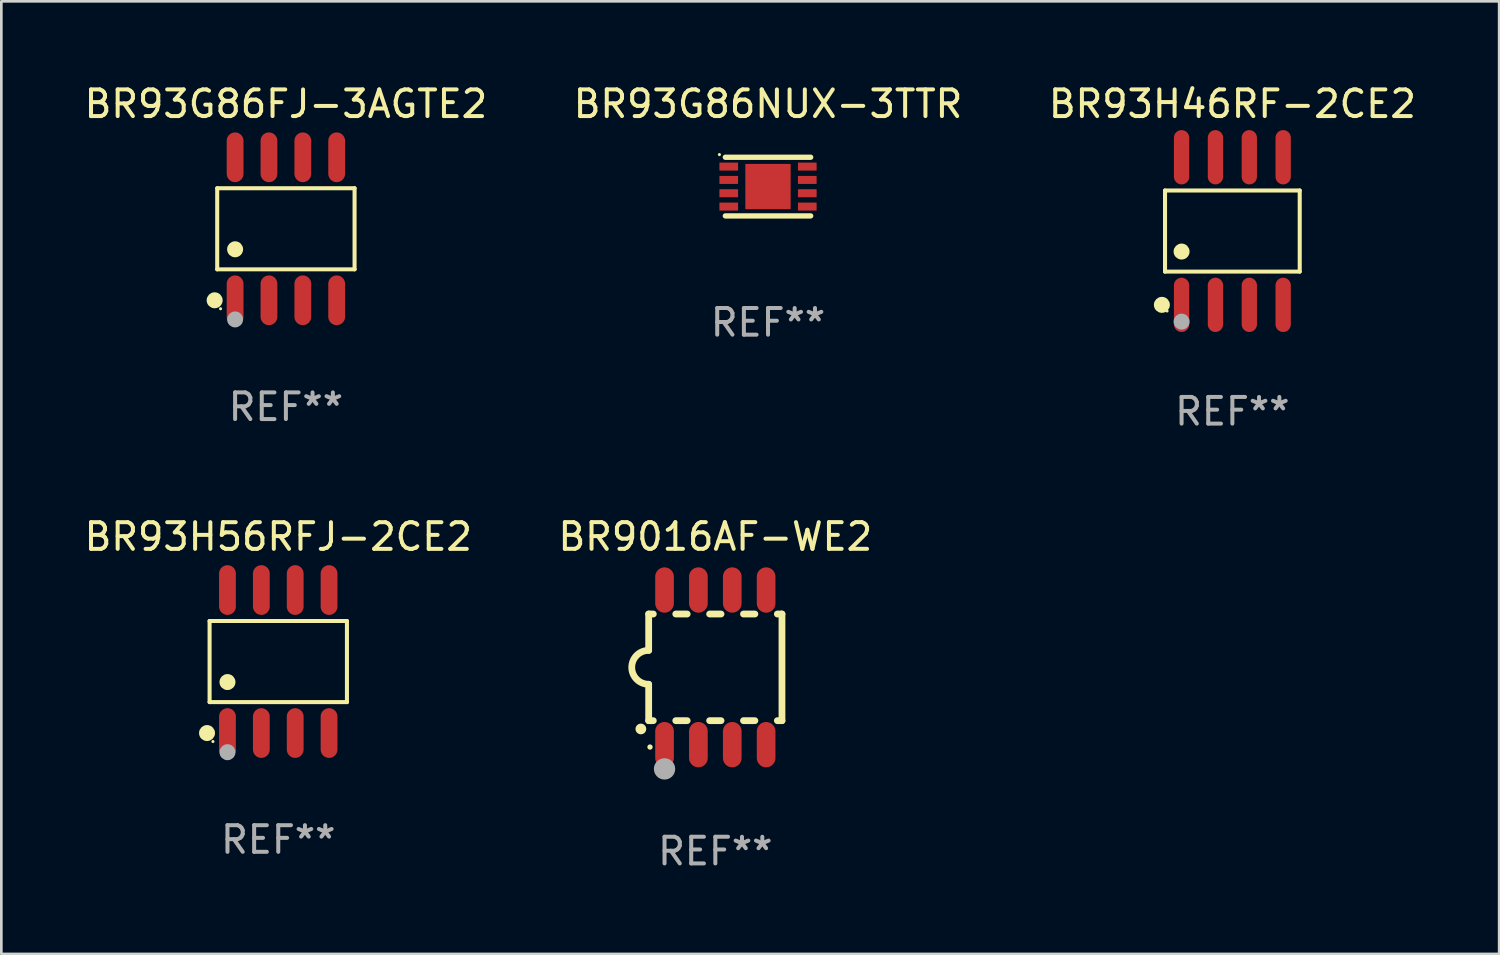
<source format=kicad_pcb>
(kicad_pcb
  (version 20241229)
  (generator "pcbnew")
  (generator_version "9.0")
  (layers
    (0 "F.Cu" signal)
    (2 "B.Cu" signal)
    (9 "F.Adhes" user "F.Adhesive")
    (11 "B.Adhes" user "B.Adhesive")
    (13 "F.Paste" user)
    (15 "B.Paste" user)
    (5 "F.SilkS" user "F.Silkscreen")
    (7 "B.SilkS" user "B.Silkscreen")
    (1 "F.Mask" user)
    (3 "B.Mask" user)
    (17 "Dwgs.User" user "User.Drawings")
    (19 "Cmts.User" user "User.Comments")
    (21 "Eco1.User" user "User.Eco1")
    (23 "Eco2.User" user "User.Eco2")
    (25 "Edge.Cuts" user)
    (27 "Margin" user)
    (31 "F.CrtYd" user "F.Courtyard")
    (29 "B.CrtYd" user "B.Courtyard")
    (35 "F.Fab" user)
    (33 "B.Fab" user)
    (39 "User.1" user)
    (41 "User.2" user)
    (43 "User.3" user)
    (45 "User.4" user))
  (footprint "BR9016AF-WE2"
    (layer "F.Cu")
    (at 23.78 21.98)
    (property "Reference" "BR9016AF-WE2" (at 0 -4.9 0) (layer "F.SilkS") (effects (font (size 1 1) (thickness 0.15))))
    (attr through_hole)
    (fp_line (start -2.5 -2) (end -2.5 -0.635) (stroke (width 0.254) (type solid)) (layer "F.SilkS"))
    (fp_line (start -2.5 -2) (end -2.326 -2) (stroke (width 0.254) (type solid)) (layer "F.SilkS"))
    (fp_line (start -2.5 2) (end -2.5 0.635) (stroke (width 0.254) (type solid)) (layer "F.SilkS"))
    (fp_line (start -2.5 2) (end -2.326 2) (stroke (width 0.254) (type solid)) (layer "F.SilkS"))
    (fp_line (start -1.484 -2) (end -1.056 -2) (stroke (width 0.254) (type solid)) (layer "F.SilkS"))
    (fp_line (start -1.484 2) (end -1.056 2) (stroke (width 0.254) (type solid)) (layer "F.SilkS"))
    (fp_line (start -0.214 -2) (end 0.214 -2) (stroke (width 0.254) (type solid)) (layer "F.SilkS"))
    (fp_line (start -0.214 2) (end 0.214 2) (stroke (width 0.254) (type solid)) (layer "F.SilkS"))
    (fp_line (start 1.056 -2) (end 1.484 -2) (stroke (width 0.254) (type solid)) (layer "F.SilkS"))
    (fp_line (start 1.056 2) (end 1.484 2) (stroke (width 0.254) (type solid)) (layer "F.SilkS"))
    (fp_line (start 2.326 -2) (end 2.5 -2) (stroke (width 0.254) (type solid)) (layer "F.SilkS"))
    (fp_line (start 2.326 2) (end 2.5 2) (stroke (width 0.254) (type solid)) (layer "F.SilkS"))
    (fp_line (start 2.5 -2) (end 2.5 2) (stroke (width 0.254) (type solid)) (layer "F.SilkS"))
    (fp_arc (start -2.794006 2.311405) (mid -2.792736 2.311401) (end -2.791466 2.311405) (stroke (width 0.4) (type solid)) (layer "F.SilkS"))
    (fp_arc (start -2.5 0.635001) (mid -3.134366 -0.000318) (end -2.499365 -0.635001) (stroke (width 0.254001) (type solid)) (layer "F.SilkS"))
    (fp_circle (center -2.45 2.99) (end -2.4 2.99) (stroke (width 0.1) (type solid)) (fill no) (layer "F.SilkS"))
    (fp_circle (center -1.905 3.81) (end -1.705 3.81) (stroke (width 0.4) (type solid)) (fill no) (layer "F.Fab"))
    (fp_text user "REF**" (at 0 6.9 0) (layer "F.Fab") (effects (font (size 1 1) (thickness 0.15))))
    (pad "1" smd oval (at -1.905 2.9 180) (size 0.7 1.7) (layers "F.Cu" "F.Mask" "F.Paste"))
    (pad "2" smd oval (at -0.635 2.9 180) (size 0.7 1.7) (layers "F.Cu" "F.Mask" "F.Paste"))
    (pad "3" smd oval (at 0.635 2.9 180) (size 0.7 1.7) (layers "F.Cu" "F.Mask" "F.Paste"))
    (pad "4" smd oval (at 1.905 2.9 180) (size 0.7 1.7) (layers "F.Cu" "F.Mask" "F.Paste"))
    (pad "5" smd oval (at 1.905 -2.9 180) (size 0.7 1.7) (layers "F.Cu" "F.Mask" "F.Paste"))
    (pad "6" smd oval (at 0.635 -2.9 180) (size 0.7 1.7) (layers "F.Cu" "F.Mask" "F.Paste"))
    (pad "7" smd oval (at -0.635 -2.9 180) (size 0.7 1.7) (layers "F.Cu" "F.Mask" "F.Paste"))
    (pad "8" smd oval (at -1.905 -2.9 180) (size 0.7 1.7) (layers "F.Cu" "F.Mask" "F.Paste")))
  (footprint "BR93G86FJ-3AGTE2"
    (layer "F.Cu")
    (at 7.673 5.531)
    (property "Reference" "BR93G86FJ-3AGTE2" (at 0 -4.682 0) (layer "F.SilkS") (effects (font (size 1 1) (thickness 0.15))))
    (attr through_hole)
    (fp_line (start -2.576 -1.521) (end 2.576 -1.521) (stroke (width 0.152) (type solid)) (layer "F.SilkS"))
    (fp_line (start -2.576 1.521) (end -2.576 -1.521) (stroke (width 0.152) (type solid)) (layer "F.SilkS"))
    (fp_line (start 2.576 -1.521) (end 2.576 1.521) (stroke (width 0.152) (type solid)) (layer "F.SilkS"))
    (fp_line (start 2.576 1.521) (end -2.576 1.521) (stroke (width 0.152) (type solid)) (layer "F.SilkS"))
    (fp_circle (center -2.672 2.682) (end -2.522 2.682) (stroke (width 0.3) (type solid)) (fill no) (layer "F.SilkS"))
    (fp_circle (center -2.45 3) (end -2.42 3) (stroke (width 0.06) (type solid)) (fill no) (layer "F.SilkS"))
    (fp_circle (center -1.905 0.769) (end -1.755 0.769) (stroke (width 0.3) (type solid)) (fill no) (layer "F.SilkS"))
    (fp_circle (center -1.905 3.4) (end -1.755 3.4) (stroke (width 0.3) (type solid)) (fill no) (layer "F.Fab"))
    (fp_text user "REF**" (at 0 6.682 0) (layer "F.Fab") (effects (font (size 1 1) (thickness 0.15))))
    (pad "1" smd oval (at -1.905 2.682) (size 0.63 1.865) (layers "F.Cu" "F.Mask" "F.Paste"))
    (pad "2" smd oval (at -0.635 2.682) (size 0.63 1.865) (layers "F.Cu" "F.Mask" "F.Paste"))
    (pad "3" smd oval (at 0.635 2.682) (size 0.63 1.865) (layers "F.Cu" "F.Mask" "F.Paste"))
    (pad "4" smd oval (at 1.905 2.682) (size 0.63 1.865) (layers "F.Cu" "F.Mask" "F.Paste"))
    (pad "5" smd oval (at 1.905 -2.682) (size 0.63 1.865) (layers "F.Cu" "F.Mask" "F.Paste"))
    (pad "6" smd oval (at 0.635 -2.682) (size 0.63 1.865) (layers "F.Cu" "F.Mask" "F.Paste"))
    (pad "7" smd oval (at -0.635 -2.682) (size 0.63 1.865) (layers "F.Cu" "F.Mask" "F.Paste"))
    (pad "8" smd oval (at -1.905 -2.682) (size 0.63 1.865) (layers "F.Cu" "F.Mask" "F.Paste")))
  (footprint "BR93G86NUX-3TTR"
    (layer "F.Cu")
    (at 25.756 3.948)
    (property "Reference" "BR93G86NUX-3TTR" (at 0 -3.1 0) (layer "F.SilkS") (effects (font (size 1 1) (thickness 0.15))))
    (attr through_hole)
    (fp_line (start -1.6 -1.1) (end 1.6 -1.1) (stroke (width 0.2) (type solid)) (layer "F.SilkS"))
    (fp_line (start -1.6 1.1) (end 1.6 1.1) (stroke (width 0.2) (type solid)) (layer "F.SilkS"))
    (fp_circle (center -1.823 -1.2) (end -1.793 -1.2) (stroke (width 0.06) (type solid)) (fill no) (layer "F.SilkS"))
    (fp_text user "REF**" (at 0 5.1 0) (layer "F.Fab") (effects (font (size 1 1) (thickness 0.15))))
    (pad "1" smd rect (at -1.473 -0.75) (size 0.7 0.3) (layers "F.Cu" "F.Mask" "F.Paste"))
    (pad "2" smd rect (at -1.473 -0.25) (size 0.7 0.3) (layers "F.Cu" "F.Mask" "F.Paste"))
    (pad "3" smd rect (at -1.473 0.25) (size 0.7 0.3) (layers "F.Cu" "F.Mask" "F.Paste"))
    (pad "4" smd rect (at -1.473 0.75) (size 0.7 0.3) (layers "F.Cu" "F.Mask" "F.Paste"))
    (pad "5" smd rect (at 1.473 0.75) (size 0.7 0.3) (layers "F.Cu" "F.Mask" "F.Paste"))
    (pad "6" smd rect (at 1.473 0.25) (size 0.7 0.3) (layers "F.Cu" "F.Mask" "F.Paste"))
    (pad "7" smd rect (at 1.473 -0.25) (size 0.7 0.3) (layers "F.Cu" "F.Mask" "F.Paste"))
    (pad "8" smd rect (at 1.473 -0.75) (size 0.7 0.3) (layers "F.Cu" "F.Mask" "F.Paste"))
    (pad "9" smd rect (at -0.001 -0.000254) (size 1.7 1.7) (layers "F.Cu" "F.Mask" "F.Paste")))
  (footprint "BR93H46RF-2CE2"
    (layer "F.Cu")
    (at 43.173 5.616)
    (property "Reference" "BR93H46RF-2CE2" (at 0 -4.768 0) (layer "F.SilkS") (effects (font (size 1 1) (thickness 0.15))))
    (attr through_hole)
    (fp_line (start -2.526 -1.521) (end 2.526 -1.521) (stroke (width 0.152) (type solid)) (layer "F.SilkS"))
    (fp_line (start -2.526 1.521) (end -2.526 -1.521) (stroke (width 0.152) (type solid)) (layer "F.SilkS"))
    (fp_line (start 2.526 -1.521) (end 2.526 1.521) (stroke (width 0.152) (type solid)) (layer "F.SilkS"))
    (fp_line (start 2.526 1.521) (end -2.526 1.521) (stroke (width 0.152) (type solid)) (layer "F.SilkS"))
    (fp_circle (center -2.644 2.768) (end -2.494 2.768) (stroke (width 0.3) (type solid)) (fill no) (layer "F.SilkS"))
    (fp_circle (center -2.45 2.998) (end -2.42 2.998) (stroke (width 0.06) (type solid)) (fill no) (layer "F.SilkS"))
    (fp_circle (center -1.905 0.769) (end -1.755 0.769) (stroke (width 0.3) (type solid)) (fill no) (layer "F.SilkS"))
    (fp_circle (center -1.905 3.398) (end -1.755 3.398) (stroke (width 0.3) (type solid)) (fill no) (layer "F.Fab"))
    (fp_text user "REF**" (at 0 6.768 0) (layer "F.Fab") (effects (font (size 1 1) (thickness 0.15))))
    (pad "1" smd oval (at -1.905 2.768) (size 0.574 2.036) (layers "F.Cu" "F.Mask" "F.Paste"))
    (pad "2" smd oval (at -0.635 2.768) (size 0.574 2.036) (layers "F.Cu" "F.Mask" "F.Paste"))
    (pad "3" smd oval (at 0.635 2.768) (size 0.574 2.036) (layers "F.Cu" "F.Mask" "F.Paste"))
    (pad "4" smd oval (at 1.905 2.768) (size 0.574 2.036) (layers "F.Cu" "F.Mask" "F.Paste"))
    (pad "5" smd oval (at 1.905 -2.768) (size 0.574 2.036) (layers "F.Cu" "F.Mask" "F.Paste"))
    (pad "6" smd oval (at 0.635 -2.768) (size 0.574 2.036) (layers "F.Cu" "F.Mask" "F.Paste"))
    (pad "7" smd oval (at -0.635 -2.768) (size 0.574 2.036) (layers "F.Cu" "F.Mask" "F.Paste"))
    (pad "8" smd oval (at -1.905 -2.768) (size 0.574 2.036) (layers "F.Cu" "F.Mask" "F.Paste")))
  (footprint "BR93H56RFJ-2CE2"
    (layer "F.Cu")
    (at 7.387 21.763)
    (property "Reference" "BR93H56RFJ-2CE2" (at 0 -4.682 0) (layer "F.SilkS") (effects (font (size 1 1) (thickness 0.15))))
    (attr through_hole)
    (fp_line (start -2.576 -1.521) (end 2.576 -1.521) (stroke (width 0.152) (type solid)) (layer "F.SilkS"))
    (fp_line (start -2.576 1.521) (end -2.576 -1.521) (stroke (width 0.152) (type solid)) (layer "F.SilkS"))
    (fp_line (start 2.576 -1.521) (end 2.576 1.521) (stroke (width 0.152) (type solid)) (layer "F.SilkS"))
    (fp_line (start 2.576 1.521) (end -2.576 1.521) (stroke (width 0.152) (type solid)) (layer "F.SilkS"))
    (fp_circle (center -2.672 2.682) (end -2.522 2.682) (stroke (width 0.3) (type solid)) (fill no) (layer "F.SilkS"))
    (fp_circle (center -2.45 3) (end -2.42 3) (stroke (width 0.06) (type solid)) (fill no) (layer "F.SilkS"))
    (fp_circle (center -1.905 0.769) (end -1.755 0.769) (stroke (width 0.3) (type solid)) (fill no) (layer "F.SilkS"))
    (fp_circle (center -1.905 3.4) (end -1.755 3.4) (stroke (width 0.3) (type solid)) (fill no) (layer "F.Fab"))
    (fp_text user "REF**" (at 0 6.682 0) (layer "F.Fab") (effects (font (size 1 1) (thickness 0.15))))
    (pad "1" smd oval (at -1.905 2.682) (size 0.63 1.865) (layers "F.Cu" "F.Mask" "F.Paste"))
    (pad "2" smd oval (at -0.635 2.682) (size 0.63 1.865) (layers "F.Cu" "F.Mask" "F.Paste"))
    (pad "3" smd oval (at 0.635 2.682) (size 0.63 1.865) (layers "F.Cu" "F.Mask" "F.Paste"))
    (pad "4" smd oval (at 1.905 2.682) (size 0.63 1.865) (layers "F.Cu" "F.Mask" "F.Paste"))
    (pad "5" smd oval (at 1.905 -2.682) (size 0.63 1.865) (layers "F.Cu" "F.Mask" "F.Paste"))
    (pad "6" smd oval (at 0.635 -2.682) (size 0.63 1.865) (layers "F.Cu" "F.Mask" "F.Paste"))
    (pad "7" smd oval (at -0.635 -2.682) (size 0.63 1.865) (layers "F.Cu" "F.Mask" "F.Paste"))
    (pad "8" smd oval (at -1.905 -2.682) (size 0.63 1.865) (layers "F.Cu" "F.Mask" "F.Paste")))
  (gr_rect
    (start -3 -3)
    (end 53.179 32.729)
    (stroke (width 0.1) (type default))
    (fill no)
    (layer "Edge.Cuts")))
</source>
